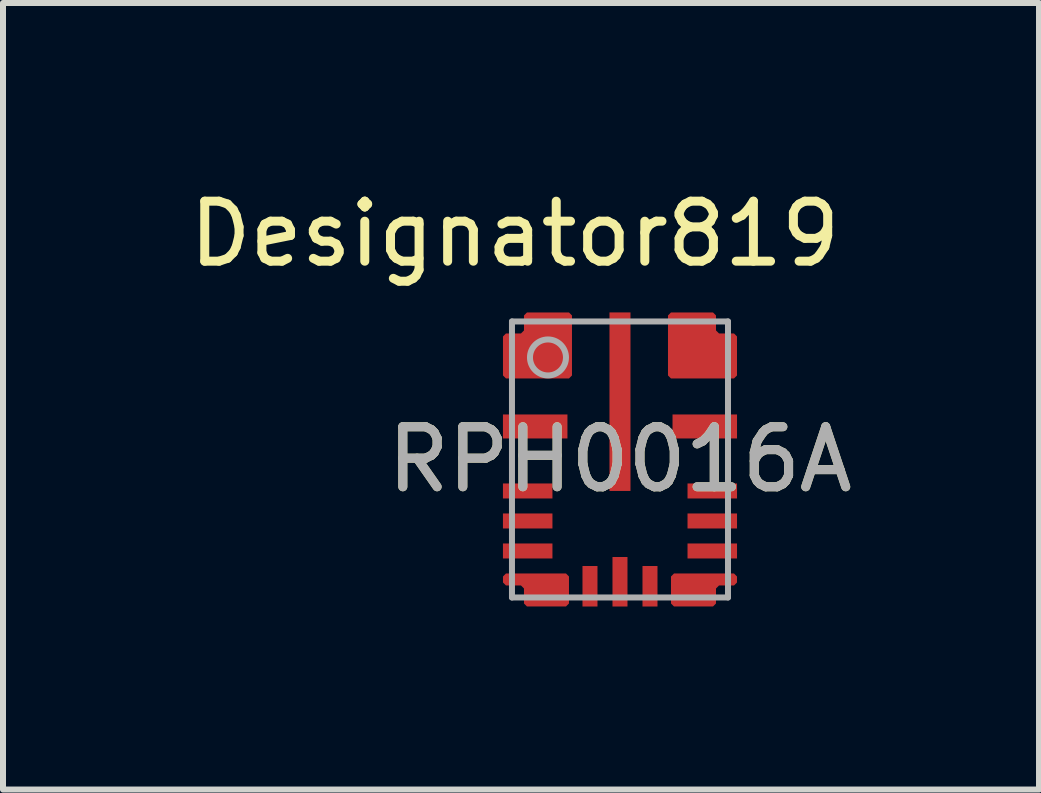
<source format=kicad_pcb>
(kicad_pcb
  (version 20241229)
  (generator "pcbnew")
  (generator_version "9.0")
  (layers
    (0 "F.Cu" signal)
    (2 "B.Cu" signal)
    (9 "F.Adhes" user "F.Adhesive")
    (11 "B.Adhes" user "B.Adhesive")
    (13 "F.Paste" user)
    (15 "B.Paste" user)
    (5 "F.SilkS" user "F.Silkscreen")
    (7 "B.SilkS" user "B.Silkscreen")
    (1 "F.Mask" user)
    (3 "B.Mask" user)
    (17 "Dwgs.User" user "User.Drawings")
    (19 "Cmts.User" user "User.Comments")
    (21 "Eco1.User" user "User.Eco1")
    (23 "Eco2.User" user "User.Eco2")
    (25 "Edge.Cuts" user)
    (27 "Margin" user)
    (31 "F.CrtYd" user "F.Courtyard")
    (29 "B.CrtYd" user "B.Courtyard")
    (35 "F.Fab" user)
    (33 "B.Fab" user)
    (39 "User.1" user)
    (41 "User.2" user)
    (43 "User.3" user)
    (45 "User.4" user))
  (footprint "RPH0016A"
    (layer "F.Cu")
    (at 7.282 4.607)
    (property "Reference" "RPH0016A" (at 0 0 0) (unlocked yes) (layer "F.SilkS") (effects (font (size 1 1) (thickness 0.15))))
    (attr smd)
    (fp_poly (pts (xy -1.95 -1.4) (xy -1.95 -2.05) (xy -1.9 -2.1) (xy -1.65 -2.1) (xy -1.6 -2.15) (xy -1.6 -2.4) (xy -1.55 -2.45) (xy -0.85 -2.45) (xy -0.8 -2.4) (xy -0.8 -1.4) (xy -0.85 -1.35) (xy -1.9 -1.35)) (stroke (width 0) (type solid)) (fill yes) (layer "F.Cu"))
    (fp_poly (pts (xy -1.95 2.05) (xy -1.9 2.1) (xy -1.65 2.1) (xy -1.6 2.15) (xy -1.6 2.4) (xy -1.55 2.45) (xy -0.9 2.45) (xy -0.85 2.4) (xy -0.85 1.95) (xy -0.9 1.9) (xy -1.9 1.9) (xy -1.95 1.95)) (stroke (width 0) (type solid)) (fill yes) (layer "F.Cu"))
    (fp_poly (pts (xy 1.95 -1.4) (xy 1.95 -2.05) (xy 1.9 -2.1) (xy 1.65 -2.1) (xy 1.6 -2.15) (xy 1.6 -2.4) (xy 1.55 -2.45) (xy 0.85 -2.45) (xy 0.8 -2.4) (xy 0.8 -1.4) (xy 0.85 -1.35) (xy 1.9 -1.35)) (stroke (width 0) (type solid)) (fill yes) (layer "F.Cu"))
    (fp_poly (pts (xy 1.95 2.05) (xy 1.9 2.1) (xy 1.65 2.1) (xy 1.6 2.15) (xy 1.6 2.4) (xy 1.55 2.45) (xy 0.9 2.45) (xy 0.85 2.4) (xy 0.85 1.95) (xy 0.9 1.9) (xy 1.9 1.9) (xy 1.95 1.95)) (stroke (width 0) (type solid)) (fill yes) (layer "F.Cu"))
    (fp_poly (pts (xy -2.001 2.05) (xy -2.001 1.95) (xy -2 1.94) (xy -1.997 1.931) (xy -1.992 1.922) (xy -1.986 1.914) (xy -1.936 1.864) (xy -1.928 1.858) (xy -1.919 1.853) (xy -1.91 1.85) (xy -1.9 1.849) (xy -0.9 1.849) (xy -0.89 1.85) (xy -0.881 1.853) (xy -0.872 1.858) (xy -0.864 1.864) (xy -0.814 1.914) (xy -0.808 1.922) (xy -0.803 1.931) (xy -0.8 1.94) (xy -0.799 1.95) (xy -0.799 2.4) (xy -0.8 2.41) (xy -0.803 2.419) (xy -0.808 2.428) (xy -0.814 2.436) (xy -0.864 2.486) (xy -0.872 2.492) (xy -0.881 2.497) (xy -0.89 2.5) (xy -0.9 2.501) (xy -1.55 2.501) (xy -1.56 2.5) (xy -1.569 2.497) (xy -1.578 2.492) (xy -1.586 2.486) (xy -1.636 2.436) (xy -1.642 2.428) (xy -1.647 2.419) (xy -1.65 2.41) (xy -1.651 2.4) (xy -1.651 2.171) (xy -1.671 2.151) (xy -1.9 2.151) (xy -1.91 2.15) (xy -1.919 2.147) (xy -1.928 2.142) (xy -1.936 2.136) (xy -1.986 2.086) (xy -1.992 2.078) (xy -1.997 2.069) (xy -2 2.06)) (stroke (width 0) (type solid)) (fill yes) (layer "F.Mask"))
    (fp_poly (pts (xy -1.986 -1.364) (xy -1.992 -1.372) (xy -1.997 -1.381) (xy -2 -1.39) (xy -2.001 -1.4) (xy -2.001 -2.05) (xy -2 -2.06) (xy -1.997 -2.069) (xy -1.992 -2.078) (xy -1.986 -2.086) (xy -1.936 -2.136) (xy -1.928 -2.142) (xy -1.919 -2.147) (xy -1.91 -2.15) (xy -1.9 -2.151) (xy -1.671 -2.151) (xy -1.651 -2.171) (xy -1.651 -2.4) (xy -1.65 -2.41) (xy -1.647 -2.419) (xy -1.642 -2.428) (xy -1.636 -2.436) (xy -1.586 -2.486) (xy -1.578 -2.492) (xy -1.569 -2.497) (xy -1.56 -2.5) (xy -1.55 -2.501) (xy -0.85 -2.501) (xy -0.84 -2.5) (xy -0.831 -2.497) (xy -0.822 -2.492) (xy -0.814 -2.486) (xy -0.764 -2.436) (xy -0.758 -2.428) (xy -0.753 -2.419) (xy -0.75 -2.41) (xy -0.749 -2.4) (xy -0.749 -1.4) (xy -0.75 -1.39) (xy -0.753 -1.381) (xy -0.758 -1.372) (xy -0.764 -1.364) (xy -0.814 -1.314) (xy -0.822 -1.308) (xy -0.831 -1.303) (xy -0.84 -1.3) (xy -0.85 -1.299) (xy -1.9 -1.299) (xy -1.91 -1.3) (xy -1.919 -1.303) (xy -1.928 -1.308) (xy -1.936 -1.314)) (stroke (width 0) (type solid)) (fill yes) (layer "F.Mask"))
    (fp_poly (pts (xy 1.986 -1.364) (xy 1.936 -1.314) (xy 1.928 -1.308) (xy 1.919 -1.303) (xy 1.91 -1.3) (xy 1.9 -1.299) (xy 0.85 -1.299) (xy 0.84 -1.3) (xy 0.831 -1.303) (xy 0.822 -1.308) (xy 0.814 -1.314) (xy 0.764 -1.364) (xy 0.758 -1.372) (xy 0.753 -1.381) (xy 0.75 -1.39) (xy 0.749 -1.4) (xy 0.749 -2.4) (xy 0.75 -2.41) (xy 0.753 -2.419) (xy 0.758 -2.428) (xy 0.764 -2.436) (xy 0.814 -2.486) (xy 0.822 -2.492) (xy 0.831 -2.497) (xy 0.84 -2.5) (xy 0.85 -2.501) (xy 1.55 -2.501) (xy 1.56 -2.5) (xy 1.569 -2.497) (xy 1.578 -2.492) (xy 1.586 -2.486) (xy 1.636 -2.436) (xy 1.642 -2.428) (xy 1.647 -2.419) (xy 1.65 -2.41) (xy 1.651 -2.4) (xy 1.651 -2.171) (xy 1.671 -2.151) (xy 1.9 -2.151) (xy 1.91 -2.15) (xy 1.919 -2.147) (xy 1.928 -2.142) (xy 1.936 -2.136) (xy 1.986 -2.086) (xy 1.992 -2.078) (xy 1.997 -2.069) (xy 2 -2.06) (xy 2.001 -2.05) (xy 2.001 -1.4) (xy 2 -1.39) (xy 1.997 -1.381) (xy 1.992 -1.372)) (stroke (width 0) (type solid)) (fill yes) (layer "F.Mask"))
    (fp_poly (pts (xy 2.001 2.05) (xy 2 2.06) (xy 1.997 2.069) (xy 1.992 2.078) (xy 1.986 2.086) (xy 1.936 2.136) (xy 1.928 2.142) (xy 1.919 2.147) (xy 1.91 2.15) (xy 1.9 2.151) (xy 1.671 2.151) (xy 1.651 2.171) (xy 1.651 2.4) (xy 1.65 2.41) (xy 1.647 2.419) (xy 1.642 2.428) (xy 1.636 2.436) (xy 1.586 2.486) (xy 1.578 2.492) (xy 1.569 2.497) (xy 1.56 2.5) (xy 1.55 2.501) (xy 0.9 2.501) (xy 0.89 2.5) (xy 0.881 2.497) (xy 0.872 2.492) (xy 0.864 2.486) (xy 0.814 2.436) (xy 0.808 2.428) (xy 0.803 2.419) (xy 0.8 2.41) (xy 0.799 2.4) (xy 0.799 1.95) (xy 0.8 1.94) (xy 0.803 1.931) (xy 0.808 1.922) (xy 0.814 1.914) (xy 0.864 1.864) (xy 0.872 1.858) (xy 0.881 1.853) (xy 0.89 1.85) (xy 0.9 1.849) (xy 1.9 1.849) (xy 1.91 1.85) (xy 1.919 1.853) (xy 1.928 1.858) (xy 1.936 1.864) (xy 1.986 1.914) (xy 1.992 1.922) (xy 1.997 1.931) (xy 2 1.94) (xy 2.001 1.95)) (stroke (width 0) (type solid)) (fill yes) (layer "F.Mask"))
    (fp_poly (pts (xy -0.85 2.35) (xy -0.9 2.4) (xy -1.52 2.4) (xy -1.57 2.35) (xy -1.57 2.15) (xy -1.62 2.1) (xy -1.9 2.1) (xy -1.95 2.05) (xy -1.95 1.95) (xy -1.9 1.9) (xy -0.9 1.9) (xy -0.85 1.95)) (stroke (width 0) (type solid)) (fill yes) (layer "F.Paste"))
    (fp_poly (pts (xy -0.8 -1.4) (xy -0.8 -2.34) (xy -0.85 -2.39) (xy -1.49 -2.39) (xy -1.54 -2.34) (xy -1.54 -2.09) (xy -1.59 -2.04) (xy -1.79 -2.04) (xy -1.84 -1.99) (xy -1.84 -1.4) (xy -1.79 -1.35) (xy -0.85 -1.35)) (stroke (width 0) (type solid)) (fill yes) (layer "F.Paste"))
    (fp_poly (pts (xy 0.8 -1.4) (xy 0.8 -2.34) (xy 0.85 -2.39) (xy 1.49 -2.39) (xy 1.54 -2.34) (xy 1.54 -2.09) (xy 1.59 -2.04) (xy 1.79 -2.04) (xy 1.84 -1.99) (xy 1.84 -1.4) (xy 1.79 -1.35) (xy 0.85 -1.35)) (stroke (width 0) (type solid)) (fill yes) (layer "F.Paste"))
    (fp_poly (pts (xy 0.85 2.35) (xy 0.9 2.4) (xy 1.52 2.4) (xy 1.57 2.35) (xy 1.57 2.15) (xy 1.62 2.1) (xy 1.9 2.1) (xy 1.95 2.05) (xy 1.95 1.95) (xy 1.9 1.9) (xy 0.9 1.9) (xy 0.85 1.95)) (stroke (width 0) (type solid)) (fill yes) (layer "F.Paste"))
    (fp_line (start -1.8 -2.3) (end 1.8 -2.3) (stroke (width 0.1) (type solid)) (layer "F.Fab"))
    (fp_line (start -1.8 2.3) (end -1.8 -2.3) (stroke (width 0.1) (type solid)) (layer "F.Fab"))
    (fp_line (start -1.8 2.3) (end 1.8 2.3) (stroke (width 0.1) (type solid)) (layer "F.Fab"))
    (fp_line (start 1.8 2.3) (end 1.8 -2.3) (stroke (width 0.1) (type solid)) (layer "F.Fab"))
    (fp_circle (center -1.2 -1.7) (end -0.9 -1.7) (stroke (width 0.1) (type solid)) (fill no) (layer "F.Fab"))
    (fp_text user "Designator819" (at -1.753 -3.759 0) (unlocked yes) (layer "F.SilkS") (effects (font (size 1 1) (thickness 0.15))))
    (fp_text user "${REFERENCE}" (at 0 0 0) (unlocked yes) (layer "F.Fab") (effects (font (size 1 1) (thickness 0.15))))
    (pad "1" smd rect (at -1.375 -1.9) (size 0.25 0.25) (layers "F.Cu" "F.Mask"))
    (pad "2" smd rect (at -1.413 -0.55) (size 1.075 0.4) (layers "F.Cu" "F.Mask" "F.Paste"))
    (pad "3" smd rect (at -1.538 0.525) (size 0.825 0.25) (layers "F.Cu" "F.Mask" "F.Paste"))
    (pad "4" smd rect (at -1.538 1.025) (size 0.825 0.25) (layers "F.Cu" "F.Mask" "F.Paste"))
    (pad "5" smd rect (at -1.538 1.525) (size 0.825 0.25) (layers "F.Cu" "F.Mask" "F.Paste"))
    (pad "6" smd rect (at -1.4 2.175) (size 0.25 0.25) (layers "F.Cu" "F.Mask"))
    (pad "7" smd rect (at -0.5 2.113 90) (size 0.675 0.25) (layers "F.Cu" "F.Mask" "F.Paste"))
    (pad "8" smd rect (at 0 2.038 90) (size 0.825 0.25) (layers "F.Cu" "F.Mask" "F.Paste"))
    (pad "9" smd rect (at 0.5 2.113 90) (size 0.675 0.25) (layers "F.Cu" "F.Mask" "F.Paste"))
    (pad "10" smd rect (at 1.4 2.175) (size 0.25 0.25) (layers "F.Cu" "F.Mask"))
    (pad "11" smd rect (at 1.538 1.525) (size 0.825 0.25) (layers "F.Cu" "F.Mask" "F.Paste"))
    (pad "12" smd rect (at 1.538 1.025) (size 0.825 0.25) (layers "F.Cu" "F.Mask" "F.Paste"))
    (pad "13" smd rect (at 1.538 0.525) (size 0.825 0.25) (layers "F.Cu" "F.Mask" "F.Paste"))
    (pad "14" smd rect (at 1.413 -0.55) (size 1.075 0.4) (layers "F.Cu" "F.Mask" "F.Paste"))
    (pad "15" smd rect (at 1.375 -1.9) (size 0.25 0.25) (layers "F.Cu" "F.Mask"))
    (pad "16" smd rect (at 0 -0.963 90) (size 2.975 0.35) (layers "F.Cu" "F.Mask" "F.Paste")))
  (gr_rect
    (start -3 -3)
    (end 14.265 10.108)
    (stroke (width 0.1) (type default))
    (fill no)
    (layer "Edge.Cuts")))
</source>
